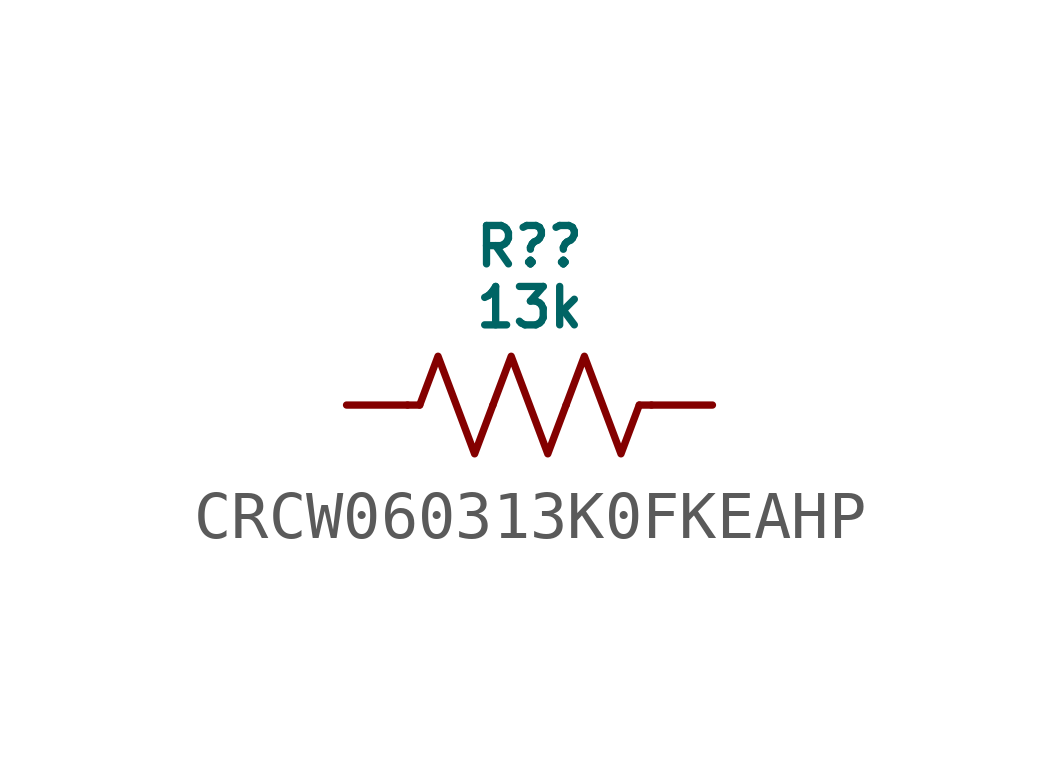
<source format=kicad_sym>
(kicad_symbol_lib
  (version 20231120)
  (generator "kicad_symbol_editor")
  (generator_version "8.0")
  (symbol "CRCW060313K0FKEAHP"
    (pin_numbers hide)
    (pin_names hide)
    (property "Reference" "R?"
      (at 0 3.302 0)
      (do_not_autoplace)
      (effects (font (size 0.8 0.8))))
    (property "Value" "13k"
      (at 0 2.032 0)
      (do_not_autoplace)
      (effects (font (size 0.8 0.8))))
    (symbol "CRCW060313K0FKEAHP_0_1"
      (polyline (pts (xy -2.286 0) (xy -2.54 0)) (stroke (width 0) (type default)) (fill (type none)))
      (polyline (pts (xy 2.286 0) (xy 2.54 0)) (stroke (width 0) (type default)) (fill (type none)))
      (polyline (pts (xy -2.286 0) (xy -1.905 1.016) (xy -1.524 0) (xy -1.143 -1.016) (xy -0.762 0)) (stroke (width 0) (type default)) (fill (type none)))
      (polyline (pts (xy -0.762 0) (xy -0.381 1.016) (xy 0 0) (xy 0.381 -1.016) (xy 0.762 0)) (stroke (width 0) (type default)) (fill (type none)))
      (polyline (pts (xy 0.762 0) (xy 1.143 1.016) (xy 1.524 0) (xy 1.905 -1.016) (xy 2.286 0)) (stroke (width 0) (type default)) (fill (type none))))
    (symbol "CRCW060313K0FKEAHP_1_0"
      (pin passive line (at -3.81 0 0) (length 1.27) (name "" (effects (font (size 0.8 0.8)))) (number "1" (effects (font (size 0.8 0.8)))))
      (pin passive line (at 3.81 0 180) (length 1.27) (name "" (effects (font (size 0.8 0.8)))) (number "2" (effects (font (size 0.8 0.8))))))))
</source>
